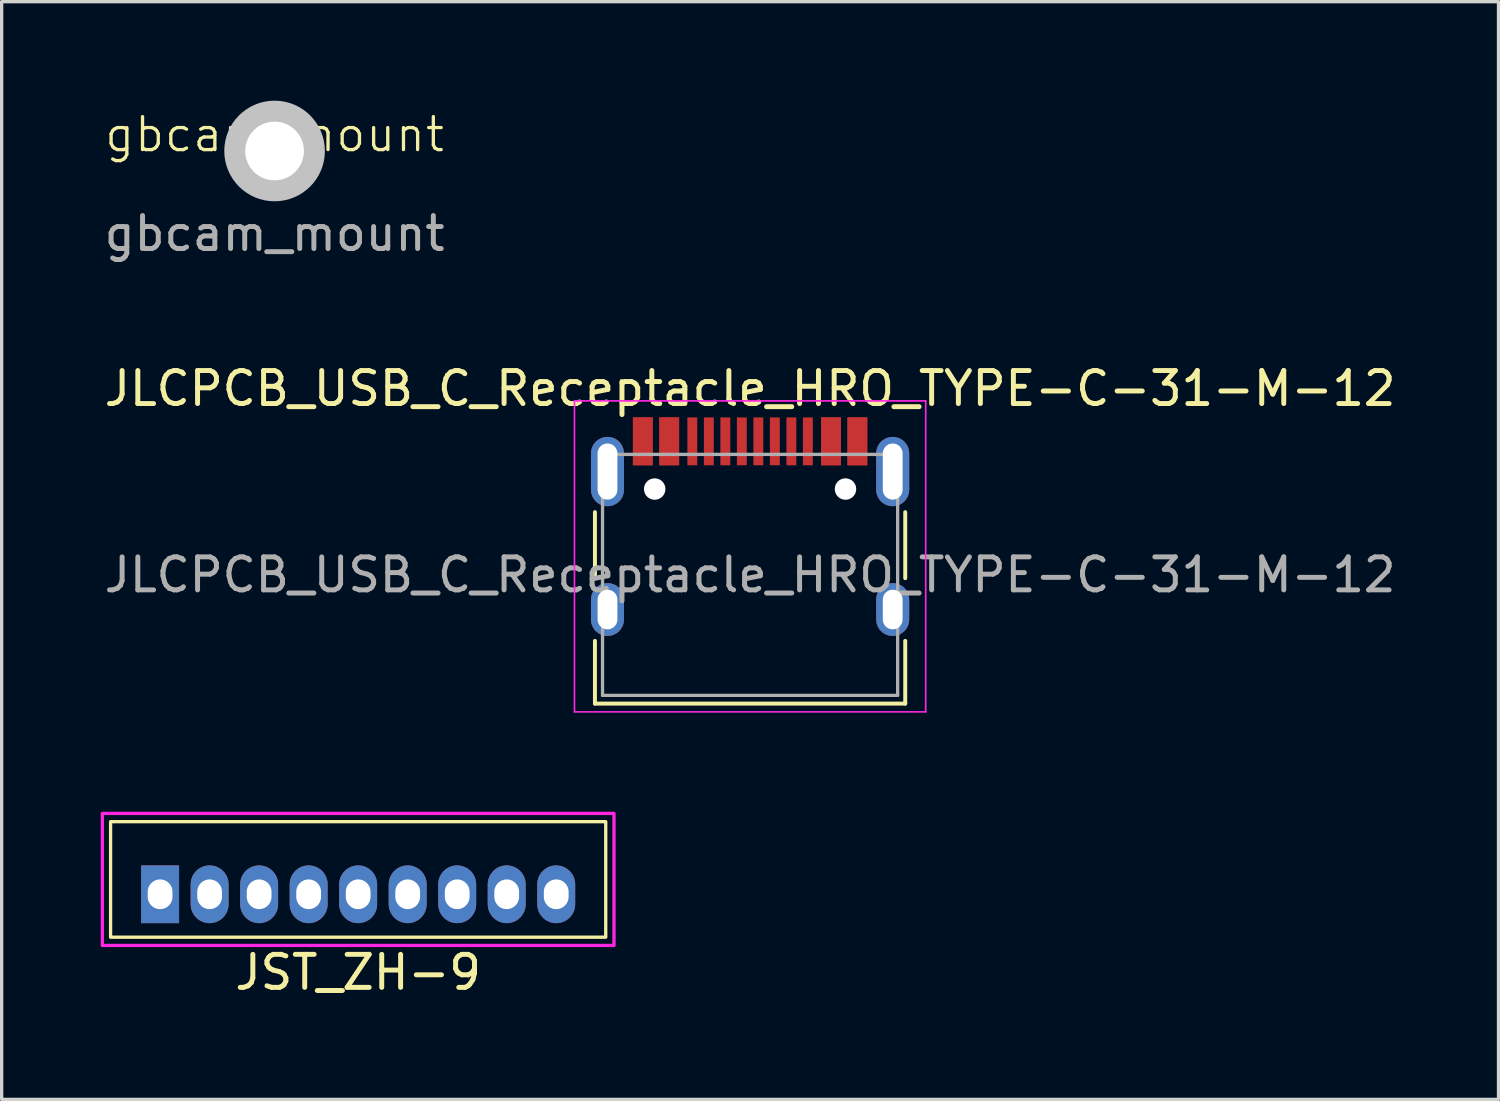
<source format=kicad_pcb>
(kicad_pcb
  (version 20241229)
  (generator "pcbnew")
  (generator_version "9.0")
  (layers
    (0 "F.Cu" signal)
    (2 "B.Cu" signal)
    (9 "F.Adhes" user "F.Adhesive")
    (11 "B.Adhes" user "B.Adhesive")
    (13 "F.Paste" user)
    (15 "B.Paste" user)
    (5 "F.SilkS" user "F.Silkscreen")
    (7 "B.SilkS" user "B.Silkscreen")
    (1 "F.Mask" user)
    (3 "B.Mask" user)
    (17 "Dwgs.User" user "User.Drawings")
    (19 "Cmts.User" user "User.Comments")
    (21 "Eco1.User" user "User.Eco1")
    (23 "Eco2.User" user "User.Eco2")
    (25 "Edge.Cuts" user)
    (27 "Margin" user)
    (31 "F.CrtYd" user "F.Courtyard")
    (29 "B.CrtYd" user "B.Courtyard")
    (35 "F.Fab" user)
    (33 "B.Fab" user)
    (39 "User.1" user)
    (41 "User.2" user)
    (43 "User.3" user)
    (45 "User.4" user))
  (footprint "gbcam_mount"
    (layer "F.Cu")
    (at 5.268 1.524)
    (property "Reference" "gbcam_mount" (at 0 -0.5 0) (unlocked yes) (layer "F.SilkS") (effects (font (size 1 1) (thickness 0.1))))
    (attr through_hole)
    (fp_text user "${REFERENCE}" (at 0 2.5 0) (unlocked yes) (layer "F.Fab") (effects (font (size 1 1) (thickness 0.15))))
    (pad "" np_thru_hole circle (at 0 0) (size 3.048 3.048) (drill 1.778) (layers "Dwgs.User")))
  (footprint "JST_ZH-9"
    (layer "F.Cu")
    (at 7.8 24.041)
    (property "Reference" "JST_ZH-9" (at 0 2.365 0) (layer "F.SilkS") (effects (font (size 1 1) (thickness 0.15))))
    (attr through_hole)
    (fp_rect (start -7.5 -2.2) (end 7.5 1.3) (stroke (width 0.1) (type default)) (fill no) (layer "F.SilkS"))
    (fp_rect (start -7.75 -2.45) (end 7.75 1.55) (stroke (width 0.1) (type default)) (fill no) (layer "F.CrtYd"))
    (pad "1" thru_hole rect (at -6 0) (size 1.15 1.75) (drill oval 0.75 0.9) (layers "*.Cu" "*.Mask"))
    (pad "2" thru_hole oval (at -4.5 0) (size 1.15 1.75) (drill oval 0.75 0.9) (layers "*.Cu" "*.Mask"))
    (pad "3" thru_hole oval (at -3 0) (size 1.15 1.75) (drill oval 0.75 0.9) (layers "*.Cu" "*.Mask"))
    (pad "4" thru_hole oval (at -1.5 0) (size 1.15 1.75) (drill oval 0.75 0.9) (layers "*.Cu" "*.Mask"))
    (pad "5" thru_hole oval (at 0 0) (size 1.15 1.75) (drill oval 0.75 0.9) (layers "*.Cu" "*.Mask"))
    (pad "6" thru_hole oval (at 1.5 0) (size 1.15 1.75) (drill oval 0.75 0.9) (layers "*.Cu" "*.Mask"))
    (pad "7" thru_hole oval (at 3 0) (size 1.15 1.75) (drill oval 0.75 0.9) (layers "*.Cu" "*.Mask"))
    (pad "8" thru_hole oval (at 4.5 0) (size 1.15 1.75) (drill oval 0.75 0.9) (layers "*.Cu" "*.Mask"))
    (pad "9" thru_hole oval (at 6 0) (size 1.15 1.75) (drill oval 0.75 0.9) (layers "*.Cu" "*.Mask")))
  (footprint "JLCPCB_USB_C_Receptacle_HRO_TYPE-C-31-M-12"
    (layer "F.Cu")
    (at 19.673 12.925)
    (property "Reference" "JLCPCB_USB_C_Receptacle_HRO_TYPE-C-31-M-12" (at 0 -4.205 180) (layer "F.SilkS") (effects (font (size 1 1) (thickness 0.15))))
    (attr smd)
    (fp_line (start -4.7 -0.46) (end -4.7 1.54) (stroke (width 0.12) (type solid)) (layer "F.SilkS"))
    (fp_line (start -4.7 3.44) (end -4.7 5.34) (stroke (width 0.12) (type solid)) (layer "F.SilkS"))
    (fp_line (start -4.7 5.34) (end 4.7 5.34) (stroke (width 0.12) (type solid)) (layer "F.SilkS"))
    (fp_line (start 4.7 -0.46) (end 4.7 1.54) (stroke (width 0.12) (type solid)) (layer "F.SilkS"))
    (fp_line (start 4.7 3.44) (end 4.7 5.34) (stroke (width 0.12) (type solid)) (layer "F.SilkS"))
    (fp_line (start -5.32 -3.83) (end -5.32 5.59) (stroke (width 0.05) (type solid)) (layer "F.CrtYd"))
    (fp_line (start -5.32 -3.83) (end 5.32 -3.83) (stroke (width 0.05) (type solid)) (layer "F.CrtYd"))
    (fp_line (start -5.32 5.59) (end 5.32 5.59) (stroke (width 0.05) (type solid)) (layer "F.CrtYd"))
    (fp_line (start 5.32 -3.83) (end 5.32 5.59) (stroke (width 0.05) (type solid)) (layer "F.CrtYd"))
    (fp_line (start -4.47 -2.21) (end -4.47 5.09) (stroke (width 0.1) (type solid)) (layer "F.Fab"))
    (fp_line (start -4.47 -2.21) (end 4.47 -2.21) (stroke (width 0.1) (type solid)) (layer "F.Fab"))
    (fp_line (start -4.47 5.09) (end 4.47 5.09) (stroke (width 0.1) (type solid)) (layer "F.Fab"))
    (fp_line (start 4.47 -2.21) (end 4.47 5.09) (stroke (width 0.1) (type solid)) (layer "F.Fab"))
    (fp_text user "${REFERENCE}" (at 0 1.44 180) (layer "F.Fab") (effects (font (size 1 1) (thickness 0.15))))
    (pad "" np_thru_hole circle (at -2.89 -1.16) (size 0.65 0.65) (drill 0.65) (layers "*.Cu" "*.Mask"))
    (pad "" np_thru_hole circle (at 2.89 -1.16) (size 0.65 0.65) (drill 0.65) (layers "*.Cu" "*.Mask"))
    (pad "A1" smd rect (at -3.25 -2.605) (size 0.6 1.45) (layers "F.Cu" "F.Mask" "F.Paste"))
    (pad "A4" smd rect (at -2.45 -2.605) (size 0.6 1.45) (layers "F.Cu" "F.Mask" "F.Paste"))
    (pad "A5" smd rect (at -1.25 -2.605) (size 0.3 1.45) (layers "F.Cu" "F.Mask" "F.Paste"))
    (pad "A6" smd rect (at -0.25 -2.605) (size 0.3 1.45) (layers "F.Cu" "F.Mask" "F.Paste"))
    (pad "A7" smd rect (at 0.25 -2.605) (size 0.3 1.45) (layers "F.Cu" "F.Mask" "F.Paste"))
    (pad "A8" smd rect (at 1.25 -2.605) (size 0.3 1.45) (layers "F.Cu" "F.Mask" "F.Paste"))
    (pad "A9" smd rect (at 2.45 -2.605) (size 0.6 1.45) (layers "F.Cu" "F.Mask" "F.Paste"))
    (pad "A12" smd rect (at 3.25 -2.605) (size 0.6 1.45) (layers "F.Cu" "F.Mask" "F.Paste"))
    (pad "B1" smd rect (at 3.25 -2.605) (size 0.6 1.45) (layers "F.Cu" "F.Mask" "F.Paste"))
    (pad "B4" smd rect (at 2.45 -2.605) (size 0.6 1.45) (layers "F.Cu" "F.Mask" "F.Paste"))
    (pad "B5" smd rect (at 1.75 -2.605) (size 0.3 1.45) (layers "F.Cu" "F.Mask" "F.Paste"))
    (pad "B6" smd rect (at 0.75 -2.605) (size 0.3 1.45) (layers "F.Cu" "F.Mask" "F.Paste"))
    (pad "B7" smd rect (at -0.75 -2.605) (size 0.3 1.45) (layers "F.Cu" "F.Mask" "F.Paste"))
    (pad "B8" smd rect (at -1.75 -2.605) (size 0.3 1.45) (layers "F.Cu" "F.Mask" "F.Paste"))
    (pad "B9" smd rect (at -2.45 -2.605) (size 0.6 1.45) (layers "F.Cu" "F.Mask" "F.Paste"))
    (pad "B12" smd rect (at -3.25 -2.605) (size 0.6 1.45) (layers "F.Cu" "F.Mask" "F.Paste"))
    (pad "S1" thru_hole oval (at -4.32 -1.69) (size 1 2.1) (drill oval 0.6 1.7) (layers "*.Cu" "*.Mask"))
    (pad "S1" thru_hole oval (at -4.32 2.49) (size 1 1.6) (drill oval 0.6 1.2) (layers "*.Cu" "*.Mask"))
    (pad "S1" thru_hole oval (at 4.32 -1.69) (size 1 2.1) (drill oval 0.6 1.7) (layers "*.Cu" "*.Mask"))
    (pad "S1" thru_hole oval (at 4.32 2.49) (size 1 1.6) (drill oval 0.6 1.2) (layers "*.Cu" "*.Mask")))
  (gr_rect
    (start -3 -3)
    (end 42.345 30.254)
    (stroke (width 0.1) (type default))
    (fill no)
    (layer "Edge.Cuts")))
</source>
